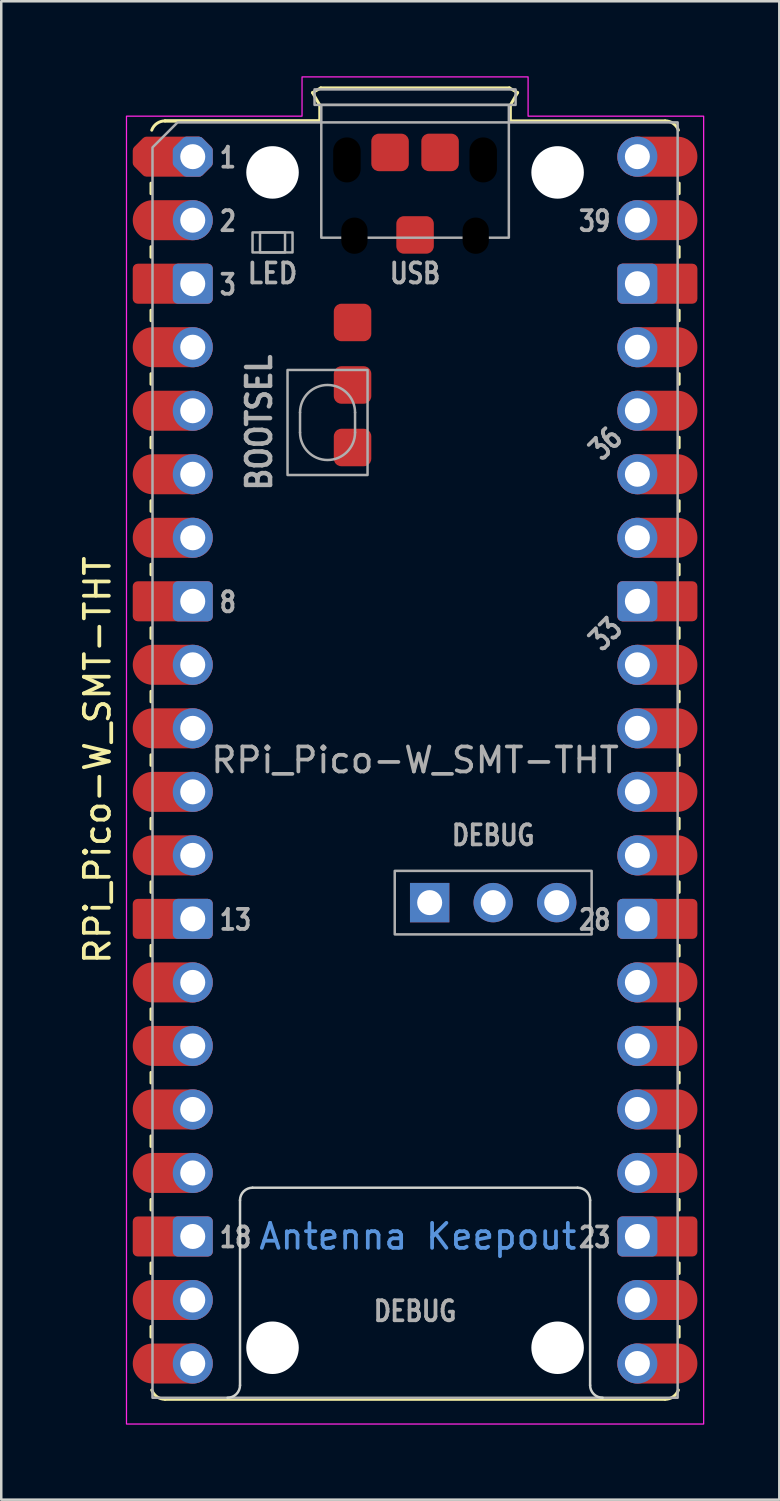
<source format=kicad_pcb>
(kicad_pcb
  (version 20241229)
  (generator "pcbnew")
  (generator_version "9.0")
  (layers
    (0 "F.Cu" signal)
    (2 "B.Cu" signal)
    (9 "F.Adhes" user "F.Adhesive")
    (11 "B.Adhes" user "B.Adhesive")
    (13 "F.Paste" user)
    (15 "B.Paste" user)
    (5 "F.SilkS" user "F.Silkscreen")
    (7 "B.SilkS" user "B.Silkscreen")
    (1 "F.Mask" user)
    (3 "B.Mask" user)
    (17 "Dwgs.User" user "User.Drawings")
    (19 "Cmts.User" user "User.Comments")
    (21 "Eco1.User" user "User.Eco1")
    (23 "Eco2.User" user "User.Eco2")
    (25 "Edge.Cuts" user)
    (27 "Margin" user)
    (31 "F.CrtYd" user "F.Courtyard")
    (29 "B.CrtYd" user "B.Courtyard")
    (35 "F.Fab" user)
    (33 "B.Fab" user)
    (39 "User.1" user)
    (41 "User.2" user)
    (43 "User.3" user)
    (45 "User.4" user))
  (footprint "RPi_Pico-W_SMT-THT"
    (layer "F.Cu")
    (at 4.658 3.215)
    (property "Reference" "RPi_Pico-W_SMT-THT" (at -3.81 24.13 270) (layer "F.SilkS") (effects (font (size 1 1) (thickness 0.15))))
    (attr through_hole)
    (fp_line (start -1.67 1.06) (end -1.67 1.48) (stroke (width 0.12) (type solid)) (layer "F.SilkS"))
    (fp_line (start -1.67 3.6) (end -1.67 4.02) (stroke (width 0.12) (type solid)) (layer "F.SilkS"))
    (fp_line (start -1.67 6.14) (end -1.67 6.56) (stroke (width 0.12) (type solid)) (layer "F.SilkS"))
    (fp_line (start -1.67 8.68) (end -1.67 9.1) (stroke (width 0.12) (type solid)) (layer "F.SilkS"))
    (fp_line (start -1.67 11.22) (end -1.67 11.64) (stroke (width 0.12) (type solid)) (layer "F.SilkS"))
    (fp_line (start -1.67 13.76) (end -1.67 14.18) (stroke (width 0.12) (type solid)) (layer "F.SilkS"))
    (fp_line (start -1.67 16.3) (end -1.67 16.72) (stroke (width 0.12) (type solid)) (layer "F.SilkS"))
    (fp_line (start -1.67 18.84) (end -1.67 19.26) (stroke (width 0.12) (type solid)) (layer "F.SilkS"))
    (fp_line (start -1.67 21.38) (end -1.67 21.8) (stroke (width 0.12) (type solid)) (layer "F.SilkS"))
    (fp_line (start -1.67 23.92) (end -1.67 24.34) (stroke (width 0.12) (type solid)) (layer "F.SilkS"))
    (fp_line (start -1.67 26.46) (end -1.67 26.88) (stroke (width 0.12) (type solid)) (layer "F.SilkS"))
    (fp_line (start -1.67 29) (end -1.67 29.42) (stroke (width 0.12) (type solid)) (layer "F.SilkS"))
    (fp_line (start -1.67 31.54) (end -1.67 31.96) (stroke (width 0.12) (type solid)) (layer "F.SilkS"))
    (fp_line (start -1.67 34.08) (end -1.67 34.5) (stroke (width 0.12) (type solid)) (layer "F.SilkS"))
    (fp_line (start -1.67 36.62) (end -1.67 37.04) (stroke (width 0.12) (type solid)) (layer "F.SilkS"))
    (fp_line (start -1.67 39.16) (end -1.67 39.58) (stroke (width 0.12) (type solid)) (layer "F.SilkS"))
    (fp_line (start -1.67 41.7) (end -1.67 42.12) (stroke (width 0.12) (type solid)) (layer "F.SilkS"))
    (fp_line (start -1.67 44.24) (end -1.67 44.66) (stroke (width 0.12) (type solid)) (layer "F.SilkS"))
    (fp_line (start -1.67 46.78) (end -1.67 47.2) (stroke (width 0.12) (type solid)) (layer "F.SilkS"))
    (fp_line (start -1.11 -1.43) (end 5.08 -1.43) (stroke (width 0.12) (type solid)) (layer "F.SilkS"))
    (fp_line (start -1.11 49.69) (end 18.89 49.69) (stroke (width 0.12) (type solid)) (layer "F.SilkS"))
    (fp_line (start 4.79 -2.56) (end 5.12 -2.75) (stroke (width 0.12) (type solid)) (layer "F.SilkS"))
    (fp_line (start 5.08 -2.06) (end 4.79 -2.56) (stroke (width 0.12) (type solid)) (layer "F.SilkS"))
    (fp_line (start 5.08 -1.43) (end -1.11 -1.43) (stroke (width 0.12) (type solid)) (layer "F.SilkS"))
    (fp_line (start 5.08 -1.43) (end 5.08 -2.06) (stroke (width 0.12) (type solid)) (layer "F.SilkS"))
    (fp_line (start 5.12 -2.75) (end 12.66 -2.75) (stroke (width 0.12) (type solid)) (layer "F.SilkS"))
    (fp_line (start 12.66 -2.75) (end 12.99 -2.56) (stroke (width 0.12) (type solid)) (layer "F.SilkS"))
    (fp_line (start 12.7 -2.06) (end 12.7 -1.43) (stroke (width 0.12) (type solid)) (layer "F.SilkS"))
    (fp_line (start 12.99 -2.56) (end 12.7 -2.06) (stroke (width 0.12) (type solid)) (layer "F.SilkS"))
    (fp_line (start 18.89 -1.43) (end 12.7 -1.43) (stroke (width 0.12) (type solid)) (layer "F.SilkS"))
    (fp_line (start 19.45 1.06) (end 19.45 1.48) (stroke (width 0.12) (type solid)) (layer "F.SilkS"))
    (fp_line (start 19.45 3.6) (end 19.45 4.02) (stroke (width 0.12) (type solid)) (layer "F.SilkS"))
    (fp_line (start 19.45 6.14) (end 19.45 6.56) (stroke (width 0.12) (type solid)) (layer "F.SilkS"))
    (fp_line (start 19.45 8.68) (end 19.45 9.1) (stroke (width 0.12) (type solid)) (layer "F.SilkS"))
    (fp_line (start 19.45 11.22) (end 19.45 11.64) (stroke (width 0.12) (type solid)) (layer "F.SilkS"))
    (fp_line (start 19.45 13.76) (end 19.45 14.18) (stroke (width 0.12) (type solid)) (layer "F.SilkS"))
    (fp_line (start 19.45 16.3) (end 19.45 16.72) (stroke (width 0.12) (type solid)) (layer "F.SilkS"))
    (fp_line (start 19.45 18.84) (end 19.45 19.26) (stroke (width 0.12) (type solid)) (layer "F.SilkS"))
    (fp_line (start 19.45 21.38) (end 19.45 21.8) (stroke (width 0.12) (type solid)) (layer "F.SilkS"))
    (fp_line (start 19.45 23.92) (end 19.45 24.34) (stroke (width 0.12) (type solid)) (layer "F.SilkS"))
    (fp_line (start 19.45 26.46) (end 19.45 26.88) (stroke (width 0.12) (type solid)) (layer "F.SilkS"))
    (fp_line (start 19.45 29) (end 19.45 29.42) (stroke (width 0.12) (type solid)) (layer "F.SilkS"))
    (fp_line (start 19.45 31.54) (end 19.45 31.96) (stroke (width 0.12) (type solid)) (layer "F.SilkS"))
    (fp_line (start 19.45 34.08) (end 19.45 34.5) (stroke (width 0.12) (type solid)) (layer "F.SilkS"))
    (fp_line (start 19.45 36.62) (end 19.45 37.04) (stroke (width 0.12) (type solid)) (layer "F.SilkS"))
    (fp_line (start 19.45 39.16) (end 19.45 39.58) (stroke (width 0.12) (type solid)) (layer "F.SilkS"))
    (fp_line (start 19.45 41.7) (end 19.45 42.12) (stroke (width 0.12) (type solid)) (layer "F.SilkS"))
    (fp_line (start 19.45 44.24) (end 19.45 44.66) (stroke (width 0.12) (type solid)) (layer "F.SilkS"))
    (fp_line (start 19.45 46.78) (end 19.45 47.2) (stroke (width 0.12) (type solid)) (layer "F.SilkS"))
    (fp_arc (start -1.64 -1.06) (mid -1.433508 -1.328808) (end -1.11 -1.43) (stroke (width 0.12) (type solid)) (layer "F.SilkS"))
    (fp_arc (start -1.11 49.69) (mid -1.433508 49.588809) (end -1.64 49.32) (stroke (width 0.12) (type solid)) (layer "F.SilkS"))
    (fp_arc (start 18.89 -1.43) (mid 19.213508 -1.328809) (end 19.42 -1.06) (stroke (width 0.12) (type solid)) (layer "F.SilkS"))
    (fp_arc (start 19.42 49.32) (mid 19.213508 49.588808) (end 18.89 49.69) (stroke (width 0.12) (type solid)) (layer "F.SilkS"))
    (fp_line (start 1.89 49.13) (end 1.89 41.73) (stroke (width 0.1) (type solid)) (layer "Edge.Cuts"))
    (fp_line (start 2.39 41.23) (end 15.39 41.23) (stroke (width 0.1) (type solid)) (layer "Edge.Cuts"))
    (fp_line (start 15.89 41.73) (end 15.89 49.13) (stroke (width 0.1) (type solid)) (layer "Edge.Cuts"))
    (fp_arc (start 1.89 41.73) (mid 2.036447 41.376447) (end 2.39 41.23) (stroke (width 0.1) (type solid)) (layer "Edge.Cuts"))
    (fp_arc (start 1.89 49.13) (mid 1.743553 49.483553) (end 1.39 49.63) (stroke (width 0.1) (type solid)) (layer "Edge.Cuts"))
    (fp_arc (start 15.39 41.23) (mid 15.743553 41.376447) (end 15.89 41.73) (stroke (width 0.1) (type solid)) (layer "Edge.Cuts"))
    (fp_arc (start 16.39 49.63) (mid 16.036447 49.483553) (end 15.89 49.13) (stroke (width 0.1) (type solid)) (layer "Edge.Cuts"))
    (fp_poly (pts (xy 13.41 -1.62) (xy 20.43 -1.62) (xy 20.43 50.68) (xy -2.65 50.68) (xy -2.65 -1.62) (xy 4.37 -1.62) (xy 4.37 -3.19) (xy 13.41 -3.19)) (stroke (width 0.05) (type solid)) (fill no) (layer "F.CrtYd"))
    (fp_line (start 4.29 10.23) (end 4.29 11.03) (stroke (width 0.1) (type solid)) (layer "F.Fab"))
    (fp_line (start 6.49 10.23) (end 6.49 11.03) (stroke (width 0.1) (type solid)) (layer "F.Fab"))
    (fp_rect (start 2.39 3.03) (end 3.99 3.83) (stroke (width 0.1) (type solid)) (fill no) (layer "F.Fab"))
    (fp_rect (start 2.69 3.03) (end 3.69 3.83) (stroke (width 0.1) (type solid)) (fill no) (layer "F.Fab"))
    (fp_rect (start 3.79 8.53) (end 6.99 12.73) (stroke (width 0.1) (type solid)) (fill no) (layer "F.Fab"))
    (fp_rect (start 4.87 -2.69) (end 12.91 -2.07) (stroke (width 0.1) (type solid)) (fill no) (layer "F.Fab"))
    (fp_rect (start 5.14 -2.07) (end 12.64 3.24) (stroke (width 0.1) (type solid)) (fill no) (layer "F.Fab"))
    (fp_rect (start 8.077 28.56) (end 15.951 31.1) (stroke (width 0.1) (type solid)) (fill no) (layer "F.Fab"))
    (fp_arc (start 4.29 10.23) (mid 5.39 9.13) (end 6.49 10.23) (stroke (width 0.1) (type solid)) (layer "F.Fab"))
    (fp_arc (start 6.49 11.03) (mid 5.39 12.13) (end 4.29 11.03) (stroke (width 0.1) (type solid)) (layer "F.Fab"))
    (fp_poly (pts (xy 19.39 49.63) (xy -1.61 49.63) (xy -1.61 -0.37) (xy -0.61 -1.37) (xy 19.39 -1.37)) (stroke (width 0.1) (type solid)) (fill no) (layer "F.Fab"))
    (fp_text user "Antenna Keepout" (at 9 43.18 0) (unlocked yes) (layer "Cmts.User") (effects (font (size 1 1) (thickness 0.15))))
    (fp_text user "8" (at 1 17.818 0) (unlocked yes) (layer "F.Fab") (effects (font (size 0.8 0.64) (thickness 0.15)) (justify left)))
    (fp_text user "23" (at 16.78 43.218 0) (unlocked yes) (layer "F.Fab") (effects (font (size 0.8 0.64) (thickness 0.15)) (justify right)))
    (fp_text user "DEBUG" (at 12.014 27.138 0) (unlocked yes) (layer "F.Fab") (effects (font (size 0.8 0.66) (thickness 0.15))))
    (fp_text user "USB" (at 8.89 4.668 0) (unlocked yes) (layer "F.Fab") (effects (font (size 0.8 0.66) (thickness 0.15))))
    (fp_text user "LED" (at 3.19 4.668 0) (unlocked yes) (layer "F.Fab") (effects (font (size 0.8 0.72) (thickness 0.15))))
    (fp_text user "28" (at 16.78 30.518 0) (unlocked yes) (layer "F.Fab") (effects (font (size 0.8 0.64) (thickness 0.15)) (justify right)))
    (fp_text user "DEBUG" (at 8.89 46.168 0) (unlocked yes) (layer "F.Fab") (effects (font (size 0.8 0.66) (thickness 0.15))))
    (fp_text user "18" (at 1 43.218 0) (unlocked yes) (layer "F.Fab") (effects (font (size 0.8 0.64) (thickness 0.15)) (justify left)))
    (fp_text user "36" (at 16.51 11.468 45) (unlocked yes) (layer "F.Fab") (effects (font (size 0.8 0.64) (thickness 0.15))))
    (fp_text user "BOOTSEL" (at 2.656 10.63 90) (unlocked yes) (layer "F.Fab") (effects (font (size 0.96 0.825) (thickness 0.18))))
    (fp_text user "33" (at 16.51 19.088 45) (unlocked yes) (layer "F.Fab") (effects (font (size 0.8 0.64) (thickness 0.15))))
    (fp_text user "39" (at 16.78 2.578 0) (unlocked yes) (layer "F.Fab") (effects (font (size 0.8 0.64) (thickness 0.15)) (justify right)))
    (fp_text user "2" (at 1 2.578 0) (unlocked yes) (layer "F.Fab") (effects (font (size 0.8 0.64) (thickness 0.15)) (justify left)))
    (fp_text user "1" (at 1 0.038 0) (unlocked yes) (layer "F.Fab") (effects (font (size 0.8 0.64) (thickness 0.15)) (justify left)))
    (fp_text user "3" (at 1 5.118 0) (unlocked yes) (layer "F.Fab") (effects (font (size 0.8 0.64) (thickness 0.15)) (justify left)))
    (fp_text user "13" (at 1 30.518 0) (unlocked yes) (layer "F.Fab") (effects (font (size 0.8 0.64) (thickness 0.15)) (justify left)))
    (fp_text user "${REFERENCE}" (at 8.89 24.13 0) (unlocked yes) (layer "F.Fab") (effects (font (size 1 1) (thickness 0.15))))
    (pad "" np_thru_hole circle (at 3.19 0.63) (size 2.1 2.1) (drill 2.1) (layers "*.Cu" "*.Mask"))
    (pad "" np_thru_hole circle (at 3.19 47.63) (size 2.1 2.1) (drill 2.1) (layers "*.Cu" "*.Mask"))
    (pad "" np_thru_hole oval (at 6.165 0.13) (size 1.1 1.8) (drill oval 1.1 1.8) (layers "*.Mask"))
    (pad "" np_thru_hole oval (at 6.465 3.16) (size 1.05 1.45) (drill oval 1.05 1.45) (layers "*.Mask"))
    (pad "" np_thru_hole oval (at 11.315 3.16) (size 1.05 1.45) (drill oval 1.05 1.45) (layers "*.Mask"))
    (pad "" np_thru_hole oval (at 11.615 0.13) (size 1.1 1.8) (drill oval 1.1 1.8) (layers "*.Mask"))
    (pad "" np_thru_hole circle (at 14.59 0.63) (size 2.1 2.1) (drill 2.1) (layers "*.Cu" "*.Mask"))
    (pad "" np_thru_hole circle (at 14.59 47.63) (size 2.1 2.1) (drill 2.1) (layers "*.Cu" "*.Mask"))
    (pad "1" smd custom (at -1.6 0) (size 1.6 1.6) (layers "F.Cu" "F.Mask") (options (anchor circle)) (primitives (gr_poly (pts (xy 2.2 0.249) (xy 1.849 0.6) (xy -0.249 0.6) (xy -0.6 0.249) (xy -0.6 -0.249) (xy -0.249 -0.6) (xy 1.849 -0.6) (xy 2.2 -0.249)) (width 0.4) (fill yes))))
    (pad "1" thru_hole custom (at 0 0) (size 1.6 1.6) (drill 1) (layers "*.Cu" "*.Mask") (options (anchor circle)) (primitives (gr_poly (pts (xy 0.6 0.249) (xy 0.249 0.6) (xy -0.249 0.6) (xy -0.6 0.249) (xy -0.6 -0.249) (xy -0.249 -0.6) (xy 0.249 -0.6) (xy 0.6 -0.249)) (width 0.4) (fill yes))))
    (pad "2" smd oval (at -1.6 2.54) (size 3.2 1.6) (drill (offset 0.8 0)) (layers "F.Cu" "F.Mask"))
    (pad "2" thru_hole circle (at 0 2.54) (size 1.6 1.6) (drill 1) (layers "*.Cu" "*.Mask"))
    (pad "3" smd roundrect (at -1.6 5.08) (size 3.2 1.6) (drill (offset 0.8 0)) (layers "F.Cu" "F.Mask") (roundrect_rratio 0.125))
    (pad "3" thru_hole roundrect (at 0 5.08) (size 1.6 1.6) (drill 1) (layers "*.Cu" "*.Mask") (roundrect_rratio 0.125))
    (pad "4" smd oval (at -1.6 7.62) (size 3.2 1.6) (drill (offset 0.8 0)) (layers "F.Cu" "F.Mask"))
    (pad "4" thru_hole circle (at 0 7.62) (size 1.6 1.6) (drill 1) (layers "*.Cu" "*.Mask"))
    (pad "5" smd oval (at -1.6 10.16) (size 3.2 1.6) (drill (offset 0.8 0)) (layers "F.Cu" "F.Mask"))
    (pad "5" thru_hole circle (at 0 10.16) (size 1.6 1.6) (drill 1) (layers "*.Cu" "*.Mask"))
    (pad "6" smd oval (at -1.6 12.7) (size 3.2 1.6) (drill (offset 0.8 0)) (layers "F.Cu" "F.Mask"))
    (pad "6" thru_hole circle (at 0 12.7) (size 1.6 1.6) (drill 1) (layers "*.Cu" "*.Mask"))
    (pad "7" smd oval (at -1.6 15.24) (size 3.2 1.6) (drill (offset 0.8 0)) (layers "F.Cu" "F.Mask"))
    (pad "7" thru_hole circle (at 0 15.24) (size 1.6 1.6) (drill 1) (layers "*.Cu" "*.Mask"))
    (pad "8" smd roundrect (at -1.6 17.78) (size 3.2 1.6) (drill (offset 0.8 0)) (layers "F.Cu" "F.Mask") (roundrect_rratio 0.125))
    (pad "8" thru_hole roundrect (at 0 17.78) (size 1.6 1.6) (drill 1) (layers "*.Cu" "*.Mask") (roundrect_rratio 0.125))
    (pad "9" smd oval (at -1.6 20.32) (size 3.2 1.6) (drill (offset 0.8 0)) (layers "F.Cu" "F.Mask"))
    (pad "9" thru_hole circle (at 0 20.32) (size 1.6 1.6) (drill 1) (layers "*.Cu" "*.Mask"))
    (pad "10" smd oval (at -1.6 22.86) (size 3.2 1.6) (drill (offset 0.8 0)) (layers "F.Cu" "F.Mask"))
    (pad "10" thru_hole circle (at 0 22.86) (size 1.6 1.6) (drill 1) (layers "*.Cu" "*.Mask"))
    (pad "11" smd oval (at -1.6 25.4) (size 3.2 1.6) (drill (offset 0.8 0)) (layers "F.Cu" "F.Mask"))
    (pad "11" thru_hole circle (at 0 25.4) (size 1.6 1.6) (drill 1) (layers "*.Cu" "*.Mask"))
    (pad "12" smd oval (at -1.6 27.94) (size 3.2 1.6) (drill (offset 0.8 0)) (layers "F.Cu" "F.Mask"))
    (pad "12" thru_hole circle (at 0 27.94) (size 1.6 1.6) (drill 1) (layers "*.Cu" "*.Mask"))
    (pad "13" smd roundrect (at -1.6 30.48) (size 3.2 1.6) (drill (offset 0.8 0)) (layers "F.Cu" "F.Mask") (roundrect_rratio 0.125))
    (pad "13" thru_hole roundrect (at 0 30.48) (size 1.6 1.6) (drill 1) (layers "*.Cu" "*.Mask") (roundrect_rratio 0.125))
    (pad "14" smd oval (at -1.6 33.02) (size 3.2 1.6) (drill (offset 0.8 0)) (layers "F.Cu" "F.Mask"))
    (pad "14" thru_hole circle (at 0 33.02) (size 1.6 1.6) (drill 1) (layers "*.Cu" "*.Mask"))
    (pad "15" smd oval (at -1.6 35.56) (size 3.2 1.6) (drill (offset 0.8 0)) (layers "F.Cu" "F.Mask"))
    (pad "15" thru_hole circle (at 0 35.56) (size 1.6 1.6) (drill 1) (layers "*.Cu" "*.Mask"))
    (pad "16" smd oval (at -1.6 38.1) (size 3.2 1.6) (drill (offset 0.8 0)) (layers "F.Cu" "F.Mask"))
    (pad "16" thru_hole circle (at 0 38.1) (size 1.6 1.6) (drill 1) (layers "*.Cu" "*.Mask"))
    (pad "17" smd oval (at -1.6 40.64) (size 3.2 1.6) (drill (offset 0.8 0)) (layers "F.Cu" "F.Mask"))
    (pad "17" thru_hole circle (at 0 40.64) (size 1.6 1.6) (drill 1) (layers "*.Cu" "*.Mask"))
    (pad "18" smd roundrect (at -1.6 43.18) (size 3.2 1.6) (drill (offset 0.8 0)) (layers "F.Cu" "F.Mask") (roundrect_rratio 0.125))
    (pad "18" thru_hole roundrect (at 0 43.18) (size 1.6 1.6) (drill 1) (layers "*.Cu" "*.Mask") (roundrect_rratio 0.125))
    (pad "19" smd oval (at -1.6 45.72) (size 3.2 1.6) (drill (offset 0.8 0)) (layers "F.Cu" "F.Mask"))
    (pad "19" thru_hole circle (at 0 45.72) (size 1.6 1.6) (drill 1) (layers "*.Cu" "*.Mask"))
    (pad "20" smd oval (at -1.6 48.26) (size 3.2 1.6) (drill (offset 0.8 0)) (layers "F.Cu" "F.Mask"))
    (pad "20" thru_hole circle (at 0 48.26) (size 1.6 1.6) (drill 1) (layers "*.Cu" "*.Mask"))
    (pad "21" thru_hole circle (at 17.78 48.26) (size 1.6 1.6) (drill 1) (layers "*.Cu" "*.Mask"))
    (pad "21" smd oval (at 19.38 48.26) (size 3.2 1.6) (drill (offset -0.8 0)) (layers "F.Cu" "F.Mask"))
    (pad "22" thru_hole circle (at 17.78 45.72) (size 1.6 1.6) (drill 1) (layers "*.Cu" "*.Mask"))
    (pad "22" smd oval (at 19.38 45.72) (size 3.2 1.6) (drill (offset -0.8 0)) (layers "F.Cu" "F.Mask"))
    (pad "23" thru_hole roundrect (at 17.78 43.18) (size 1.6 1.6) (drill 1) (layers "*.Cu" "*.Mask") (roundrect_rratio 0.125))
    (pad "23" smd roundrect (at 19.38 43.18) (size 3.2 1.6) (drill (offset -0.8 0)) (layers "F.Cu" "F.Mask") (roundrect_rratio 0.125))
    (pad "24" thru_hole circle (at 17.78 40.64) (size 1.6 1.6) (drill 1) (layers "*.Cu" "*.Mask"))
    (pad "24" smd oval (at 19.38 40.64) (size 3.2 1.6) (drill (offset -0.8 0)) (layers "F.Cu" "F.Mask"))
    (pad "25" thru_hole circle (at 17.78 38.1) (size 1.6 1.6) (drill 1) (layers "*.Cu" "*.Mask"))
    (pad "25" smd oval (at 19.38 38.1) (size 3.2 1.6) (drill (offset -0.8 0)) (layers "F.Cu" "F.Mask"))
    (pad "26" thru_hole circle (at 17.78 35.56) (size 1.6 1.6) (drill 1) (layers "*.Cu" "*.Mask"))
    (pad "26" smd oval (at 19.38 35.56) (size 3.2 1.6) (drill (offset -0.8 0)) (layers "F.Cu" "F.Mask"))
    (pad "27" thru_hole circle (at 17.78 33.02) (size 1.6 1.6) (drill 1) (layers "*.Cu" "*.Mask"))
    (pad "27" smd oval (at 19.38 33.02) (size 3.2 1.6) (drill (offset -0.8 0)) (layers "F.Cu" "F.Mask"))
    (pad "28" thru_hole roundrect (at 17.78 30.48) (size 1.6 1.6) (drill 1) (layers "*.Cu" "*.Mask") (roundrect_rratio 0.125))
    (pad "28" smd roundrect (at 19.38 30.48) (size 3.2 1.6) (drill (offset -0.8 0)) (layers "F.Cu" "F.Mask") (roundrect_rratio 0.125))
    (pad "29" thru_hole circle (at 17.78 27.94) (size 1.6 1.6) (drill 1) (layers "*.Cu" "*.Mask"))
    (pad "29" smd oval (at 19.38 27.94) (size 3.2 1.6) (drill (offset -0.8 0)) (layers "F.Cu" "F.Mask"))
    (pad "30" thru_hole circle (at 17.78 25.4) (size 1.6 1.6) (drill 1) (layers "*.Cu" "*.Mask"))
    (pad "30" smd oval (at 19.38 25.4) (size 3.2 1.6) (drill (offset -0.8 0)) (layers "F.Cu" "F.Mask"))
    (pad "31" thru_hole circle (at 17.78 22.86) (size 1.6 1.6) (drill 1) (layers "*.Cu" "*.Mask"))
    (pad "31" smd oval (at 19.38 22.86) (size 3.2 1.6) (drill (offset -0.8 0)) (layers "F.Cu" "F.Mask"))
    (pad "32" thru_hole circle (at 17.78 20.32) (size 1.6 1.6) (drill 1) (layers "*.Cu" "*.Mask"))
    (pad "32" smd oval (at 19.38 20.32) (size 3.2 1.6) (drill (offset -0.8 0)) (layers "F.Cu" "F.Mask"))
    (pad "33" thru_hole roundrect (at 17.78 17.78) (size 1.6 1.6) (drill 1) (layers "*.Cu" "*.Mask") (roundrect_rratio 0.125))
    (pad "33" smd roundrect (at 19.38 17.78) (size 3.2 1.6) (drill (offset -0.8 0)) (layers "F.Cu" "F.Mask") (roundrect_rratio 0.125))
    (pad "34" thru_hole circle (at 17.78 15.24) (size 1.6 1.6) (drill 1) (layers "*.Cu" "*.Mask"))
    (pad "34" smd oval (at 19.38 15.24) (size 3.2 1.6) (drill (offset -0.8 0)) (layers "F.Cu" "F.Mask"))
    (pad "35" thru_hole circle (at 17.78 12.7) (size 1.6 1.6) (drill 1) (layers "*.Cu" "*.Mask"))
    (pad "35" smd oval (at 19.38 12.7) (size 3.2 1.6) (drill (offset -0.8 0)) (layers "F.Cu" "F.Mask"))
    (pad "36" thru_hole circle (at 17.78 10.16) (size 1.6 1.6) (drill 1) (layers "*.Cu" "*.Mask"))
    (pad "36" smd oval (at 19.38 10.16) (size 3.2 1.6) (drill (offset -0.8 0)) (layers "F.Cu" "F.Mask"))
    (pad "37" thru_hole circle (at 17.78 7.62) (size 1.6 1.6) (drill 1) (layers "*.Cu" "*.Mask"))
    (pad "37" smd oval (at 19.38 7.62) (size 3.2 1.6) (drill (offset -0.8 0)) (layers "F.Cu" "F.Mask"))
    (pad "38" thru_hole roundrect (at 17.78 5.08) (size 1.6 1.6) (drill 1) (layers "*.Cu" "*.Mask") (roundrect_rratio 0.125))
    (pad "38" smd roundrect (at 19.38 5.08) (size 3.2 1.6) (drill (offset -0.8 0)) (layers "F.Cu" "F.Mask") (roundrect_rratio 0.125))
    (pad "39" thru_hole circle (at 17.78 2.54) (size 1.6 1.6) (drill 1) (layers "*.Cu" "*.Mask"))
    (pad "39" smd oval (at 19.38 2.54) (size 3.2 1.6) (drill (offset -0.8 0)) (layers "F.Cu" "F.Mask"))
    (pad "40" thru_hole circle (at 17.78 0) (size 1.6 1.6) (drill 1) (layers "*.Cu" "*.Mask"))
    (pad "40" smd oval (at 19.38 0) (size 3.2 1.6) (drill (offset -0.8 0)) (layers "F.Cu" "F.Mask"))
    (pad "41" thru_hole rect (at 9.474 29.83) (size 1.575 1.575) (drill 1) (layers "*.Cu" "*.Mask"))
    (pad "42" thru_hole circle (at 12.014 29.83) (size 1.575 1.575) (drill 1) (layers "*.Cu" "*.Mask"))
    (pad "43" thru_hole circle (at 14.554 29.83) (size 1.575 1.575) (drill 1) (layers "*.Cu" "*.Mask"))
    (pad "51" smd roundrect (at 8.89 3.13) (size 1.5 1.5) (property pad_prop_testpoint) (layers "F.Cu" "F.Mask") (roundrect_rratio 0.2))
    (pad "52" smd roundrect (at 9.89 -0.17) (size 1.5 1.5) (property pad_prop_testpoint) (layers "F.Cu" "F.Mask") (roundrect_rratio 0.2))
    (pad "53" smd roundrect (at 7.89 -0.17) (size 1.5 1.5) (property pad_prop_testpoint) (layers "F.Cu" "F.Mask") (roundrect_rratio 0.2))
    (pad "54" smd roundrect (at 6.39 6.63) (size 1.5 1.5) (property pad_prop_testpoint) (layers "F.Cu" "F.Mask") (roundrect_rratio 0.2))
    (pad "55" smd roundrect (at 6.39 9.13) (size 1.5 1.5) (property pad_prop_testpoint) (layers "F.Cu" "F.Mask") (roundrect_rratio 0.2))
    (pad "56" smd roundrect (at 6.39 11.63) (size 1.5 1.5) (property pad_prop_testpoint) (layers "F.Cu" "F.Mask") (roundrect_rratio 0.2))
    (zone (net_name "") (layer "F.Cu") (name "Test Point Keepout") (hatch full 0.508) (connect_pads) (min_thickness 0.254) (filled_areas_thickness no) (keepout (tracks not_allowed) (vias not_allowed) (pads allowed) (copperpour not_allowed) (footprints allowed)) (placement (enabled no)) (fill) (polygon (pts (xy 12.098 10.895) (xy 9.998 10.895) (xy 9.998 8.795) (xy 12.098 8.795))))
    (zone (net_name "") (layer "F.Cu") (name "Test Point Keepout") (hatch full 0.508) (connect_pads) (min_thickness 0.254) (filled_areas_thickness no) (keepout (tracks not_allowed) (vias not_allowed) (pads allowed) (copperpour not_allowed) (footprints allowed)) (placement (enabled no)) (fill) (polygon (pts (xy 12.098 13.395) (xy 9.998 13.395) (xy 9.998 11.295) (xy 12.098 11.295))))
    (zone (net_name "") (layer "F.Cu") (name "Test Point Keepout") (hatch full 0.508) (connect_pads) (min_thickness 0.254) (filled_areas_thickness no) (keepout (tracks not_allowed) (vias not_allowed) (pads allowed) (copperpour not_allowed) (footprints allowed)) (placement (enabled no)) (fill) (polygon (pts (xy 12.098 15.895) (xy 9.998 15.895) (xy 9.998 13.795) (xy 12.098 13.795))))
    (zone (net_name "") (layer "F.Cu") (name "Test Point Keepout") (hatch full 0.508) (connect_pads) (min_thickness 0.254) (filled_areas_thickness no) (keepout (tracks not_allowed) (vias not_allowed) (pads allowed) (copperpour not_allowed) (footprints allowed)) (placement (enabled no)) (fill) (polygon (pts (xy 14.598 7.395) (xy 12.498 7.395) (xy 12.498 5.295) (xy 14.598 5.295))))
    (zone (net_name "") (layer "F.Cu") (name "Test Point Keepout") (hatch full 0.508) (connect_pads) (min_thickness 0.254) (filled_areas_thickness no) (keepout (tracks not_allowed) (vias not_allowed) (pads allowed) (copperpour not_allowed) (footprints allowed)) (placement (enabled no)) (fill) (polygon (pts (xy 15.598 4.095) (xy 11.498 4.095) (xy 11.498 1.995) (xy 15.598 1.995))))
    (zone (net_name "") (layers "F.Cu" "F.Mask" "B.Cu" "B.Mask" "F.SilkS" "B.SilkS" "F.Adhes" "B.Adhes" "F.Paste" "B.Paste") (name "Antenna Keepout") (hatch full 0.508) (connect_pads) (min_thickness 0.254) (filled_areas_thickness no) (keepout (tracks not_allowed) (vias not_allowed) (pads not_allowed) (copperpour not_allowed) (footprints not_allowed)) (placement (enabled no)) (fill) (polygon (pts (xy 20.548 52.845) (xy 6.548 52.845) (xy 6.548 44.445) (xy 20.548 44.445)))))
  (gr_rect
    (start -3 -3)
    (end 28.113 56.92)
    (stroke (width 0.1) (type default))
    (fill no)
    (layer "Edge.Cuts")))
</source>
